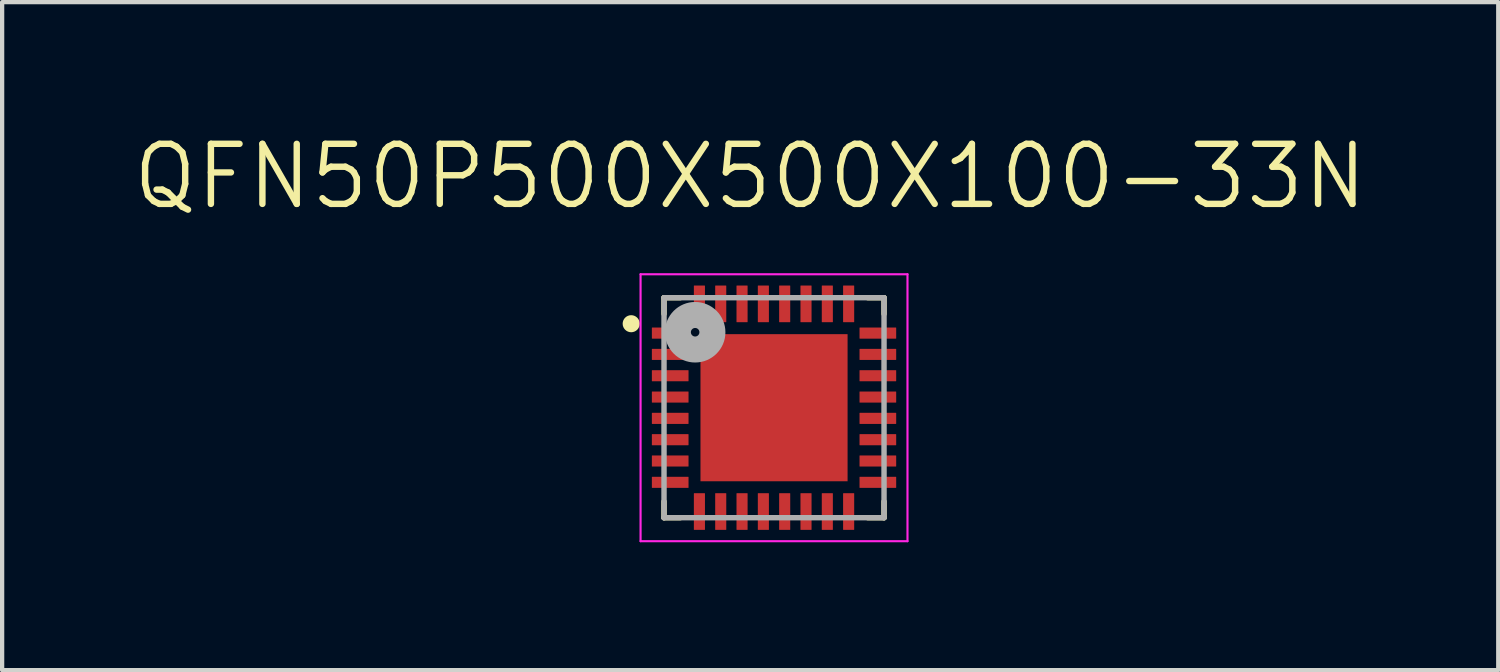
<source format=kicad_pcb>
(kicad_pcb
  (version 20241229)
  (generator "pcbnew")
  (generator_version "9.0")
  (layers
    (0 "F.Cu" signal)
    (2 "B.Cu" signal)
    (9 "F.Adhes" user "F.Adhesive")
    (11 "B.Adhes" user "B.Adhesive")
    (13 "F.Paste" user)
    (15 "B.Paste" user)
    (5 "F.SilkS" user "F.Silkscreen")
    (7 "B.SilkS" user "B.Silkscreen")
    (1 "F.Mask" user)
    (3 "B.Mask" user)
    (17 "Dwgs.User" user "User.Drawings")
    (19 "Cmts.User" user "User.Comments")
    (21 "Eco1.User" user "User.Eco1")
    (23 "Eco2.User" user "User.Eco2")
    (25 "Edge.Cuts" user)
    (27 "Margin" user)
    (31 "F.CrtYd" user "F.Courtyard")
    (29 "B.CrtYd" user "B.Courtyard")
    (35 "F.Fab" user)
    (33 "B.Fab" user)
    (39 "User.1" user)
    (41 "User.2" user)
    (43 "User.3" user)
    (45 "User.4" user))
  (footprint "QFN50P500X500X100-33N"
    (layer "F.Cu")
    (at 15.103 6.512)
    (property "Reference" "QFN50P500X500X100-33N" (at -0.559 -5.424 0) (layer "F.SilkS") (effects (font (size 1.409 1.409) (thickness 0.15))))
    (attr through_hole)
    (fp_line (start -2.58 -2.58) (end -2.58 -2.2) (stroke (width 0.127) (type solid)) (layer "F.SilkS"))
    (fp_line (start -2.58 2.2) (end -2.58 2.58) (stroke (width 0.127) (type solid)) (layer "F.SilkS"))
    (fp_line (start -2.58 2.58) (end -2.2 2.58) (stroke (width 0.127) (type solid)) (layer "F.SilkS"))
    (fp_line (start -2.2 -2.58) (end -2.58 -2.58) (stroke (width 0.127) (type solid)) (layer "F.SilkS"))
    (fp_line (start 2.2 -2.58) (end 2.58 -2.58) (stroke (width 0.127) (type solid)) (layer "F.SilkS"))
    (fp_line (start 2.58 -2.58) (end 2.58 -2.2) (stroke (width 0.127) (type solid)) (layer "F.SilkS"))
    (fp_line (start 2.58 2.2) (end 2.58 2.58) (stroke (width 0.127) (type solid)) (layer "F.SilkS"))
    (fp_line (start 2.58 2.58) (end 2.2 2.58) (stroke (width 0.127) (type solid)) (layer "F.SilkS"))
    (fp_circle (center -3.35 -1.97) (end -3.25 -1.97) (stroke (width 0.2) (type solid)) (fill no) (layer "F.SilkS"))
    (fp_poly (pts (xy -1.105 -1.1) (xy 1.1 -1.1) (xy 1.1 1.105) (xy -1.105 1.105)) (stroke (width 0.01) (type solid)) (fill yes) (layer "F.Paste"))
    (fp_line (start -3.13 -3.13) (end 3.13 -3.13) (stroke (width 0.05) (type solid)) (layer "F.CrtYd"))
    (fp_line (start -3.13 3.13) (end -3.13 -3.13) (stroke (width 0.05) (type solid)) (layer "F.CrtYd"))
    (fp_line (start 3.13 -3.13) (end 3.13 3.13) (stroke (width 0.05) (type solid)) (layer "F.CrtYd"))
    (fp_line (start 3.13 3.13) (end -3.13 3.13) (stroke (width 0.05) (type solid)) (layer "F.CrtYd"))
    (fp_line (start -2.58 -2.58) (end 2.58 -2.58) (stroke (width 0.127) (type solid)) (layer "F.Fab"))
    (fp_line (start -2.58 2.58) (end -2.58 -2.58) (stroke (width 0.127) (type solid)) (layer "F.Fab"))
    (fp_line (start 2.58 -2.58) (end 2.58 2.58) (stroke (width 0.127) (type solid)) (layer "F.Fab"))
    (fp_line (start 2.58 2.58) (end -2.58 2.58) (stroke (width 0.127) (type solid)) (layer "F.Fab"))
    (fp_circle (center -1.85 -1.77) (end -1.75 -1.77) (stroke (width 0.61) (type solid)) (fill no) (layer "F.Fab"))
    (pad "1" smd roundrect (at -2.435 -1.75 180) (size 0.86 0.26) (layers "F.Cu" "F.Mask" "F.Paste") (roundrect_rratio 0.03))
    (pad "2" smd roundrect (at -2.435 -1.25 180) (size 0.86 0.26) (layers "F.Cu" "F.Mask" "F.Paste") (roundrect_rratio 0.03))
    (pad "3" smd roundrect (at -2.435 -0.75 180) (size 0.86 0.26) (layers "F.Cu" "F.Mask" "F.Paste") (roundrect_rratio 0.03))
    (pad "4" smd roundrect (at -2.435 -0.25 180) (size 0.86 0.26) (layers "F.Cu" "F.Mask" "F.Paste") (roundrect_rratio 0.03))
    (pad "5" smd roundrect (at -2.435 0.25 180) (size 0.86 0.26) (layers "F.Cu" "F.Mask" "F.Paste") (roundrect_rratio 0.03))
    (pad "6" smd roundrect (at -2.435 0.75 180) (size 0.86 0.26) (layers "F.Cu" "F.Mask" "F.Paste") (roundrect_rratio 0.03))
    (pad "7" smd roundrect (at -2.435 1.25 180) (size 0.86 0.26) (layers "F.Cu" "F.Mask" "F.Paste") (roundrect_rratio 0.03))
    (pad "8" smd roundrect (at -2.435 1.75 180) (size 0.86 0.26) (layers "F.Cu" "F.Mask" "F.Paste") (roundrect_rratio 0.03))
    (pad "9" smd roundrect (at -1.75 2.435 270) (size 0.86 0.26) (layers "F.Cu" "F.Mask" "F.Paste") (roundrect_rratio 0.03))
    (pad "10" smd roundrect (at -1.25 2.435 270) (size 0.86 0.26) (layers "F.Cu" "F.Mask" "F.Paste") (roundrect_rratio 0.03))
    (pad "11" smd roundrect (at -0.75 2.435 270) (size 0.86 0.26) (layers "F.Cu" "F.Mask" "F.Paste") (roundrect_rratio 0.03))
    (pad "12" smd roundrect (at -0.25 2.435 270) (size 0.86 0.26) (layers "F.Cu" "F.Mask" "F.Paste") (roundrect_rratio 0.03))
    (pad "13" smd roundrect (at 0.25 2.435 270) (size 0.86 0.26) (layers "F.Cu" "F.Mask" "F.Paste") (roundrect_rratio 0.03))
    (pad "14" smd roundrect (at 0.75 2.435 270) (size 0.86 0.26) (layers "F.Cu" "F.Mask" "F.Paste") (roundrect_rratio 0.03))
    (pad "15" smd roundrect (at 1.25 2.435 270) (size 0.86 0.26) (layers "F.Cu" "F.Mask" "F.Paste") (roundrect_rratio 0.03))
    (pad "16" smd roundrect (at 1.75 2.435 270) (size 0.86 0.26) (layers "F.Cu" "F.Mask" "F.Paste") (roundrect_rratio 0.03))
    (pad "17" smd roundrect (at 2.435 1.75) (size 0.86 0.26) (layers "F.Cu" "F.Mask" "F.Paste") (roundrect_rratio 0.03))
    (pad "18" smd roundrect (at 2.435 1.25) (size 0.86 0.26) (layers "F.Cu" "F.Mask" "F.Paste") (roundrect_rratio 0.03))
    (pad "19" smd roundrect (at 2.435 0.75) (size 0.86 0.26) (layers "F.Cu" "F.Mask" "F.Paste") (roundrect_rratio 0.03))
    (pad "20" smd roundrect (at 2.435 0.25) (size 0.86 0.26) (layers "F.Cu" "F.Mask" "F.Paste") (roundrect_rratio 0.03))
    (pad "21" smd roundrect (at 2.435 -0.25) (size 0.86 0.26) (layers "F.Cu" "F.Mask" "F.Paste") (roundrect_rratio 0.03))
    (pad "22" smd roundrect (at 2.435 -0.75) (size 0.86 0.26) (layers "F.Cu" "F.Mask" "F.Paste") (roundrect_rratio 0.03))
    (pad "23" smd roundrect (at 2.435 -1.25) (size 0.86 0.26) (layers "F.Cu" "F.Mask" "F.Paste") (roundrect_rratio 0.03))
    (pad "24" smd roundrect (at 2.435 -1.75) (size 0.86 0.26) (layers "F.Cu" "F.Mask" "F.Paste") (roundrect_rratio 0.03))
    (pad "25" smd roundrect (at 1.75 -2.435 90) (size 0.86 0.26) (layers "F.Cu" "F.Mask" "F.Paste") (roundrect_rratio 0.03))
    (pad "26" smd roundrect (at 1.25 -2.435 90) (size 0.86 0.26) (layers "F.Cu" "F.Mask" "F.Paste") (roundrect_rratio 0.03))
    (pad "27" smd roundrect (at 0.75 -2.435 90) (size 0.86 0.26) (layers "F.Cu" "F.Mask" "F.Paste") (roundrect_rratio 0.03))
    (pad "28" smd roundrect (at 0.25 -2.435 90) (size 0.86 0.26) (layers "F.Cu" "F.Mask" "F.Paste") (roundrect_rratio 0.03))
    (pad "29" smd roundrect (at -0.25 -2.435 90) (size 0.86 0.26) (layers "F.Cu" "F.Mask" "F.Paste") (roundrect_rratio 0.03))
    (pad "30" smd roundrect (at -0.75 -2.435 90) (size 0.86 0.26) (layers "F.Cu" "F.Mask" "F.Paste") (roundrect_rratio 0.03))
    (pad "31" smd roundrect (at -1.25 -2.435 90) (size 0.86 0.26) (layers "F.Cu" "F.Mask" "F.Paste") (roundrect_rratio 0.03))
    (pad "32" smd roundrect (at -1.75 -2.435 90) (size 0.86 0.26) (layers "F.Cu" "F.Mask" "F.Paste") (roundrect_rratio 0.03))
    (pad "33" smd rect (at 0 0) (size 3.45 3.45) (layers "F.Cu" "F.Mask")))
  (gr_rect
    (start -3 -3)
    (end 32.088 12.667)
    (stroke (width 0.1) (type default))
    (fill no)
    (layer "Edge.Cuts")))
</source>
